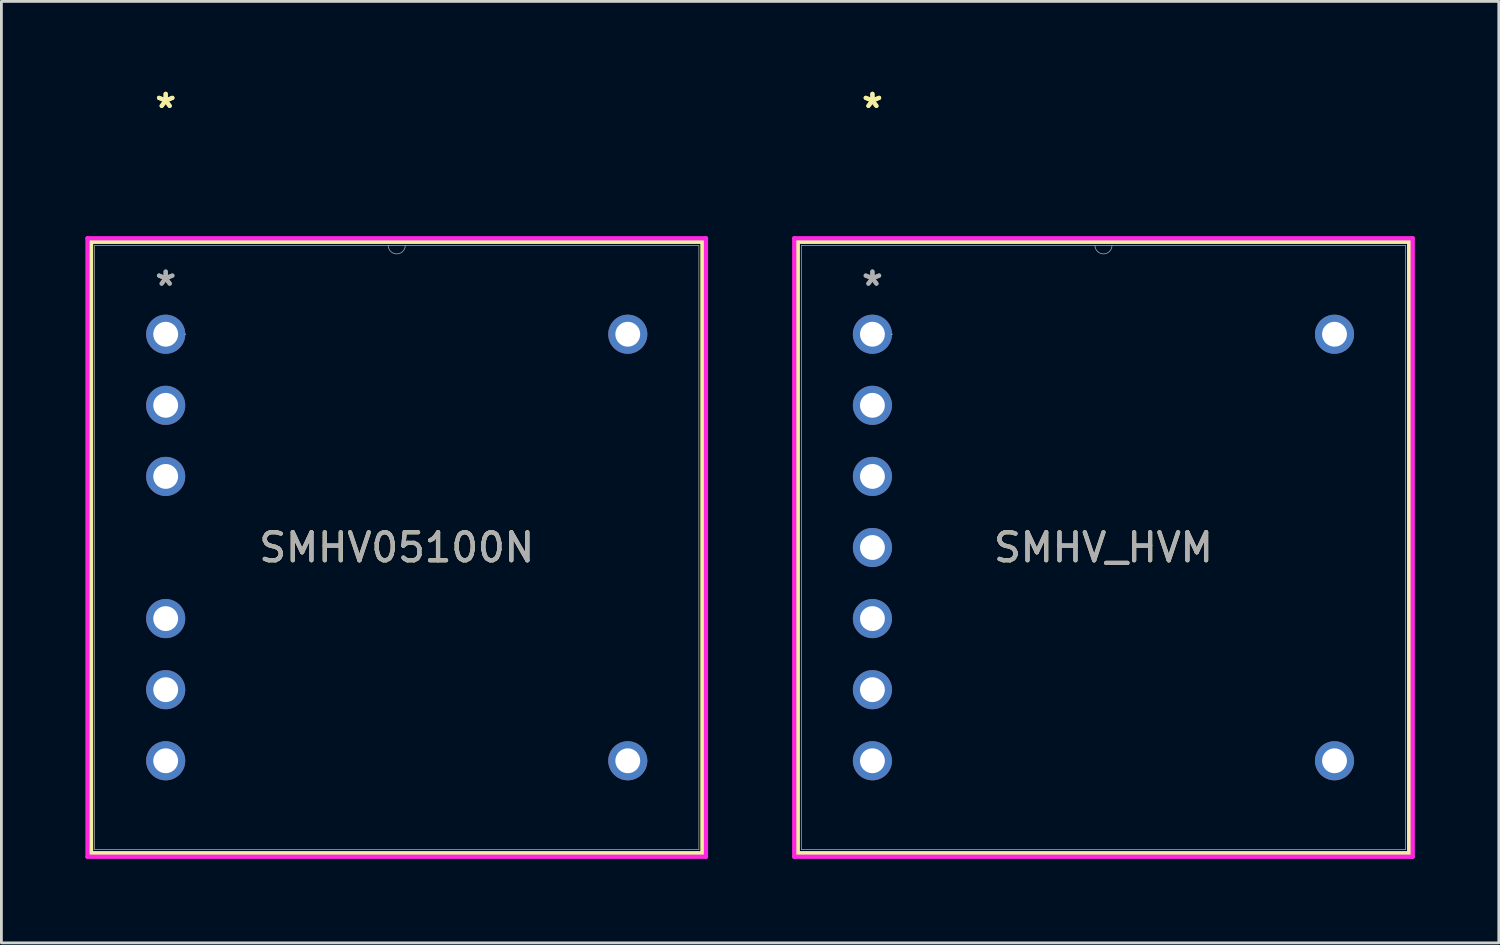
<source format=kicad_pcb>
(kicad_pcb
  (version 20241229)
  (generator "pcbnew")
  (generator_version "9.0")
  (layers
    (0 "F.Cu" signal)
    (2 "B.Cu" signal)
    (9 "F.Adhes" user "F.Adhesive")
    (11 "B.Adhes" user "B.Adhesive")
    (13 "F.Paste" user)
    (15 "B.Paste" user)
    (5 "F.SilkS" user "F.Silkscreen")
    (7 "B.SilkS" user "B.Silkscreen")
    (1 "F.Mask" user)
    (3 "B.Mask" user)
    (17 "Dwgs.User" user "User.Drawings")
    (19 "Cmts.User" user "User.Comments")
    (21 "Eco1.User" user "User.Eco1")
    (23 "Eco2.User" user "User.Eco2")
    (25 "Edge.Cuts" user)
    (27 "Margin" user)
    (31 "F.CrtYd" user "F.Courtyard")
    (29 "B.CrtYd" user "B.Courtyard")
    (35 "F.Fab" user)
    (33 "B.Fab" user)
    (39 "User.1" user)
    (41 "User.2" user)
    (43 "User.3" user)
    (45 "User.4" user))
  (footprint "SMHV_HVM"
    (layer "F.Cu")
    (at 28.121 8.892)
    (property "Reference" "SMHV_HVM" (at 8.255 7.62 0) (unlocked yes) (layer "F.SilkS") (effects (font (size 1 1) (thickness 0.15))))
    (attr through_hole)
    (fp_line (start -2.667 -3.302) (end -2.667 18.542) (stroke (width 0.152) (type solid)) (layer "F.SilkS"))
    (fp_line (start -2.667 18.542) (end 19.177 18.542) (stroke (width 0.152) (type solid)) (layer "F.SilkS"))
    (fp_line (start 19.177 -3.302) (end -2.667 -3.302) (stroke (width 0.152) (type solid)) (layer "F.SilkS"))
    (fp_line (start 19.177 18.542) (end 19.177 -3.302) (stroke (width 0.152) (type solid)) (layer "F.SilkS"))
    (fp_line (start -2.794 -3.429) (end 19.304 -3.429) (stroke (width 0.152) (type solid)) (layer "F.CrtYd"))
    (fp_line (start -2.794 18.669) (end -2.794 -3.429) (stroke (width 0.152) (type solid)) (layer "F.CrtYd"))
    (fp_line (start 19.304 -3.429) (end 19.304 18.669) (stroke (width 0.152) (type solid)) (layer "F.CrtYd"))
    (fp_line (start 19.304 18.669) (end -2.794 18.669) (stroke (width 0.152) (type solid)) (layer "F.CrtYd"))
    (fp_line (start -2.54 -3.175) (end -2.54 18.415) (stroke (width 0.025) (type solid)) (layer "F.Fab"))
    (fp_line (start -2.54 18.415) (end 19.05 18.415) (stroke (width 0.025) (type solid)) (layer "F.Fab"))
    (fp_line (start 19.05 -3.175) (end -2.54 -3.175) (stroke (width 0.025) (type solid)) (layer "F.Fab"))
    (fp_line (start 19.05 18.415) (end 19.05 -3.175) (stroke (width 0.025) (type solid)) (layer "F.Fab"))
    (fp_arc (start 8.5598 -3.175) (mid 8.255 -2.8702) (end 7.9502 -3.175) (stroke (width 0.0254) (type solid)) (layer "F.Fab"))
    (fp_circle (center 0.699 0) (end 0.699 0) (stroke (width 0.025) (type solid)) (fill no) (layer "F.Fab"))
    (fp_text user "*" (at 0 -8.043 0) (unlocked yes) (layer "F.SilkS") (effects (font (size 1 1) (thickness 0.15))))
    (fp_text user "*" (at 0 -8.043 0) (layer "F.SilkS") (effects (font (size 1 1) (thickness 0.15))))
    (fp_text user "*" (at 0 -1.693 0) (layer "F.Fab") (effects (font (size 1 1) (thickness 0.15))))
    (fp_text user "*" (at 0 -1.693 0) (unlocked yes) (layer "F.Fab") (effects (font (size 1 1) (thickness 0.15))))
    (fp_text user "${REFERENCE}" (at 8.255 7.62 0) (unlocked yes) (layer "F.Fab") (effects (font (size 1 1) (thickness 0.15))))
    (pad "1" thru_hole circle (at 0 0) (size 1.397 1.397) (drill 0.889) (layers "*.Cu" "*.Mask"))
    (pad "2" thru_hole circle (at 0 2.54) (size 1.397 1.397) (drill 0.889) (layers "*.Cu" "*.Mask"))
    (pad "3" thru_hole circle (at 0 5.08) (size 1.397 1.397) (drill 0.889) (layers "*.Cu" "*.Mask"))
    (pad "4" thru_hole circle (at 0 7.62) (size 1.397 1.397) (drill 0.889) (layers "*.Cu" "*.Mask"))
    (pad "5" thru_hole circle (at 0 10.16) (size 1.397 1.397) (drill 0.889) (layers "*.Cu" "*.Mask"))
    (pad "6" thru_hole circle (at 0 12.7) (size 1.397 1.397) (drill 0.889) (layers "*.Cu" "*.Mask"))
    (pad "7" thru_hole circle (at 0 15.24) (size 1.397 1.397) (drill 0.889) (layers "*.Cu" "*.Mask"))
    (pad "8" thru_hole circle (at 16.51 15.24) (size 1.397 1.397) (drill 0.889) (layers "*.Cu" "*.Mask"))
    (pad "9" thru_hole circle (at 16.51 0) (size 1.397 1.397) (drill 0.889) (layers "*.Cu" "*.Mask")))
  (footprint "SMHV05100N"
    (layer "F.Cu")
    (at 2.87 8.892)
    (property "Reference" "SMHV05100N" (at 8.255 7.62 0) (unlocked yes) (layer "F.SilkS") (effects (font (size 1 1) (thickness 0.15))))
    (attr through_hole)
    (fp_line (start -2.667 -3.302) (end -2.667 18.542) (stroke (width 0.152) (type solid)) (layer "F.SilkS"))
    (fp_line (start -2.667 18.542) (end 19.177 18.542) (stroke (width 0.152) (type solid)) (layer "F.SilkS"))
    (fp_line (start 19.177 -3.302) (end -2.667 -3.302) (stroke (width 0.152) (type solid)) (layer "F.SilkS"))
    (fp_line (start 19.177 18.542) (end 19.177 -3.302) (stroke (width 0.152) (type solid)) (layer "F.SilkS"))
    (fp_line (start -2.794 -3.429) (end 19.304 -3.429) (stroke (width 0.152) (type solid)) (layer "F.CrtYd"))
    (fp_line (start -2.794 18.669) (end -2.794 -3.429) (stroke (width 0.152) (type solid)) (layer "F.CrtYd"))
    (fp_line (start 19.304 -3.429) (end 19.304 18.669) (stroke (width 0.152) (type solid)) (layer "F.CrtYd"))
    (fp_line (start 19.304 18.669) (end -2.794 18.669) (stroke (width 0.152) (type solid)) (layer "F.CrtYd"))
    (fp_line (start -2.54 -3.175) (end -2.54 18.415) (stroke (width 0.025) (type solid)) (layer "F.Fab"))
    (fp_line (start -2.54 18.415) (end 19.05 18.415) (stroke (width 0.025) (type solid)) (layer "F.Fab"))
    (fp_line (start 19.05 -3.175) (end -2.54 -3.175) (stroke (width 0.025) (type solid)) (layer "F.Fab"))
    (fp_line (start 19.05 18.415) (end 19.05 -3.175) (stroke (width 0.025) (type solid)) (layer "F.Fab"))
    (fp_arc (start 8.5598 -3.175) (mid 8.255 -2.8702) (end 7.9502 -3.175) (stroke (width 0.0254) (type solid)) (layer "F.Fab"))
    (fp_circle (center 0.699 0) (end 0.699 0) (stroke (width 0.025) (type solid)) (fill no) (layer "F.Fab"))
    (fp_text user "*" (at 0 -8.043 0) (unlocked yes) (layer "F.SilkS") (effects (font (size 1 1) (thickness 0.15))))
    (fp_text user "*" (at 0 -8.043 0) (layer "F.SilkS") (effects (font (size 1 1) (thickness 0.15))))
    (fp_text user "${REFERENCE}" (at 8.255 7.62 0) (unlocked yes) (layer "F.Fab") (effects (font (size 1 1) (thickness 0.15))))
    (fp_text user "*" (at 0 -1.693 0) (unlocked yes) (layer "F.Fab") (effects (font (size 1 1) (thickness 0.15))))
    (fp_text user "*" (at 0 -1.693 0) (layer "F.Fab") (effects (font (size 1 1) (thickness 0.15))))
    (pad "1" thru_hole circle (at 0 0) (size 1.397 1.397) (drill 0.889) (layers "*.Cu" "*.Mask"))
    (pad "2" thru_hole circle (at 0 2.54) (size 1.397 1.397) (drill 0.889) (layers "*.Cu" "*.Mask"))
    (pad "3" thru_hole circle (at 0 5.08) (size 1.397 1.397) (drill 0.889) (layers "*.Cu" "*.Mask"))
    (pad "5" thru_hole circle (at 0 10.16) (size 1.397 1.397) (drill 0.889) (layers "*.Cu" "*.Mask"))
    (pad "6" thru_hole circle (at 0 12.7) (size 1.397 1.397) (drill 0.889) (layers "*.Cu" "*.Mask"))
    (pad "7" thru_hole circle (at 0 15.24) (size 1.397 1.397) (drill 0.889) (layers "*.Cu" "*.Mask"))
    (pad "8" thru_hole circle (at 16.51 15.24) (size 1.397 1.397) (drill 0.889) (layers "*.Cu" "*.Mask"))
    (pad "9" thru_hole circle (at 16.51 0) (size 1.397 1.397) (drill 0.889) (layers "*.Cu" "*.Mask")))
  (gr_rect
    (start -3 -3)
    (end 50.501 30.637)
    (stroke (width 0.1) (type default))
    (fill no)
    (layer "Edge.Cuts")))
</source>
